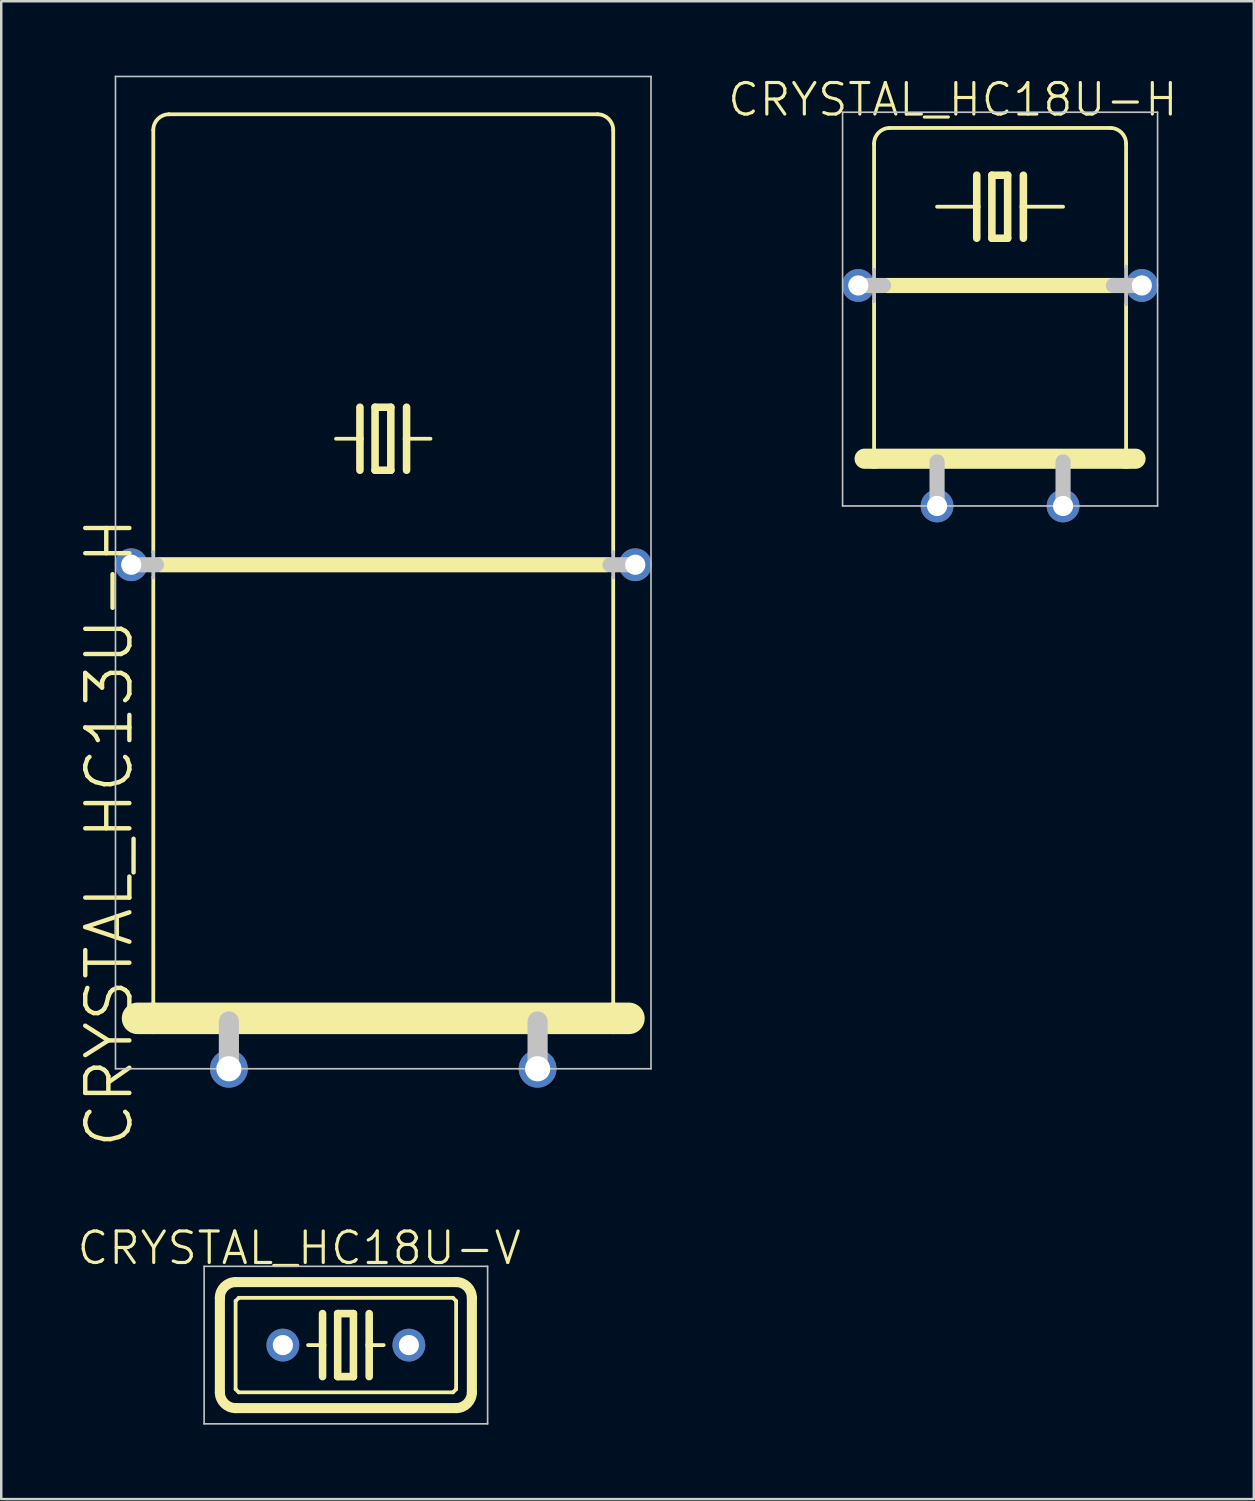
<source format=kicad_pcb>
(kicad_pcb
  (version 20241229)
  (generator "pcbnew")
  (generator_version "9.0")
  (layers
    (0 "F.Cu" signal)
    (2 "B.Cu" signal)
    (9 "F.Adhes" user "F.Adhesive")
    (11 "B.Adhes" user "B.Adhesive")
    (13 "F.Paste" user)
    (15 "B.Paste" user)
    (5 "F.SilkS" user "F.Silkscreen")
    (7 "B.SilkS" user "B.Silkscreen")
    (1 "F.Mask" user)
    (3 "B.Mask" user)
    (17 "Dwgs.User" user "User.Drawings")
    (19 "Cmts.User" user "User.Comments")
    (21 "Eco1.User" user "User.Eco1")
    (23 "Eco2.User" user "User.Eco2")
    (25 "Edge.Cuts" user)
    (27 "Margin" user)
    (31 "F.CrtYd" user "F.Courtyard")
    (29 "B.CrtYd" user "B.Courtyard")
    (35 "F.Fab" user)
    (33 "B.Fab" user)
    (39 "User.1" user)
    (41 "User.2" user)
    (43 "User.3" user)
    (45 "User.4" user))
  (footprint "CRYSTAL_HC18U-V"
    (layer "F.Cu")
    (at 10.894 51.179)
    (property "Reference" "CRYSTAL_HC18U-V" (at -1.88 -3.912 0) (layer "F.SilkS") (effects (font (size 1.27 1.27) (thickness 0.127))))
    (attr exclude_from_pos_files exclude_from_bom)
    (fp_line (start -5.08 -1.905) (end -5.08 1.905) (stroke (width 0.406) (type solid)) (layer "F.SilkS"))
    (fp_line (start -4.445 -2.54) (end 4.445 -2.54) (stroke (width 0.406) (type solid)) (layer "F.SilkS"))
    (fp_line (start -4.445 -1.778) (end -4.445 1.778) (stroke (width 0.152) (type solid)) (layer "F.SilkS"))
    (fp_line (start -4.445 -1.778) (end -4.318 -1.905) (stroke (width 0.152) (type solid)) (layer "F.SilkS"))
    (fp_line (start -4.445 2.54) (end 4.445 2.54) (stroke (width 0.406) (type solid)) (layer "F.SilkS"))
    (fp_line (start -4.318 1.905) (end -4.445 1.778) (stroke (width 0.152) (type solid)) (layer "F.SilkS"))
    (fp_line (start -4.318 1.905) (end 4.318 1.905) (stroke (width 0.152) (type solid)) (layer "F.SilkS"))
    (fp_line (start -0.94 -1.27) (end -0.94 0) (stroke (width 0.305) (type solid)) (layer "F.SilkS"))
    (fp_line (start -0.94 0) (end -1.524 0) (stroke (width 0.152) (type solid)) (layer "F.SilkS"))
    (fp_line (start -0.94 0) (end -0.94 1.27) (stroke (width 0.305) (type solid)) (layer "F.SilkS"))
    (fp_line (start -0.33 -1.27) (end -0.33 1.27) (stroke (width 0.305) (type solid)) (layer "F.SilkS"))
    (fp_line (start -0.33 1.27) (end 0.305 1.27) (stroke (width 0.305) (type solid)) (layer "F.SilkS"))
    (fp_line (start 0.305 -1.27) (end -0.33 -1.27) (stroke (width 0.305) (type solid)) (layer "F.SilkS"))
    (fp_line (start 0.305 1.27) (end 0.305 -1.27) (stroke (width 0.305) (type solid)) (layer "F.SilkS"))
    (fp_line (start 0.94 -1.27) (end 0.94 0) (stroke (width 0.305) (type solid)) (layer "F.SilkS"))
    (fp_line (start 0.94 0) (end 0.94 1.27) (stroke (width 0.305) (type solid)) (layer "F.SilkS"))
    (fp_line (start 0.94 0) (end 1.524 0) (stroke (width 0.152) (type solid)) (layer "F.SilkS"))
    (fp_line (start 4.318 -1.905) (end -4.318 -1.905) (stroke (width 0.152) (type solid)) (layer "F.SilkS"))
    (fp_line (start 4.318 -1.905) (end 4.445 -1.778) (stroke (width 0.152) (type solid)) (layer "F.SilkS"))
    (fp_line (start 4.318 1.905) (end 4.445 1.778) (stroke (width 0.152) (type solid)) (layer "F.SilkS"))
    (fp_line (start 4.445 1.778) (end 4.445 -1.778) (stroke (width 0.152) (type solid)) (layer "F.SilkS"))
    (fp_line (start 5.08 1.905) (end 5.08 -1.905) (stroke (width 0.406) (type solid)) (layer "F.SilkS"))
    (fp_arc (start -5.08 -1.905) (mid -4.894013 -2.354013) (end -4.445 -2.54) (stroke (width 0.4064) (type solid)) (layer "F.SilkS"))
    (fp_arc (start -4.445 2.54) (mid -4.894013 2.354013) (end -5.08 1.905) (stroke (width 0.4064) (type solid)) (layer "F.SilkS"))
    (fp_arc (start 4.445 -2.54) (mid 4.894013 -2.354013) (end 5.08 -1.905) (stroke (width 0.4064) (type solid)) (layer "F.SilkS"))
    (fp_arc (start 5.08 1.905) (mid 4.894013 2.354013) (end 4.445 2.54) (stroke (width 0.4064) (type solid)) (layer "F.SilkS"))
    (fp_line (start -5.715 -3.175) (end 5.715 -3.175) (stroke (width 0.066) (type solid)) (layer "Dwgs.User"))
    (fp_line (start -5.715 3.175) (end -5.715 -3.175) (stroke (width 0.066) (type solid)) (layer "Dwgs.User"))
    (fp_line (start -5.715 3.175) (end 5.715 3.175) (stroke (width 0.066) (type solid)) (layer "Dwgs.User"))
    (fp_line (start 5.715 3.175) (end 5.715 -3.175) (stroke (width 0.066) (type solid)) (layer "Dwgs.User"))
    (pad "1" thru_hole circle (at -2.54 0) (size 1.321 1.321) (drill 0.813) (layers "*.Cu" "*.Paste" "*.Mask"))
    (pad "2" thru_hole circle (at 2.54 0) (size 1.321 1.321) (drill 0.813) (layers "*.Cu" "*.Paste" "*.Mask")))
  (footprint "CRYSTAL_HC18U-H"
    (layer "F.Cu")
    (at 37.269 12.269)
    (property "Reference" "CRYSTAL_HC18U-H" (at -1.905 -11.303 0) (layer "F.SilkS") (effects (font (size 1.27 1.27) (thickness 0.127))))
    (attr exclude_from_pos_files exclude_from_bom)
    (fp_line (start -5.08 -4.445) (end -5.08 -9.525) (stroke (width 0.152) (type solid)) (layer "F.SilkS"))
    (fp_line (start -5.08 -3.175) (end -5.08 3.175) (stroke (width 0.152) (type solid)) (layer "F.SilkS"))
    (fp_line (start -5.08 3.175) (end -5.461 3.175) (stroke (width 0.813) (type solid)) (layer "F.SilkS"))
    (fp_line (start -4.572 -3.81) (end 4.572 -3.81) (stroke (width 0.61) (type solid)) (layer "F.SilkS"))
    (fp_line (start -0.94 -8.255) (end -0.94 -6.985) (stroke (width 0.305) (type solid)) (layer "F.SilkS"))
    (fp_line (start -0.94 -6.985) (end -2.54 -6.985) (stroke (width 0.152) (type solid)) (layer "F.SilkS"))
    (fp_line (start -0.94 -6.985) (end -0.94 -5.715) (stroke (width 0.305) (type solid)) (layer "F.SilkS"))
    (fp_line (start -0.33 -8.255) (end -0.33 -5.715) (stroke (width 0.305) (type solid)) (layer "F.SilkS"))
    (fp_line (start -0.33 -5.715) (end 0.305 -5.715) (stroke (width 0.305) (type solid)) (layer "F.SilkS"))
    (fp_line (start 0.305 -8.255) (end -0.33 -8.255) (stroke (width 0.305) (type solid)) (layer "F.SilkS"))
    (fp_line (start 0.305 -5.715) (end 0.305 -8.255) (stroke (width 0.305) (type solid)) (layer "F.SilkS"))
    (fp_line (start 0.94 -8.255) (end 0.94 -6.985) (stroke (width 0.305) (type solid)) (layer "F.SilkS"))
    (fp_line (start 0.94 -6.985) (end 0.94 -5.715) (stroke (width 0.305) (type solid)) (layer "F.SilkS"))
    (fp_line (start 0.94 -6.985) (end 2.54 -6.985) (stroke (width 0.152) (type solid)) (layer "F.SilkS"))
    (fp_line (start 4.445 -10.16) (end -4.445 -10.16) (stroke (width 0.152) (type solid)) (layer "F.SilkS"))
    (fp_line (start 5.08 -4.572) (end 5.08 -9.525) (stroke (width 0.152) (type solid)) (layer "F.SilkS"))
    (fp_line (start 5.08 -3.048) (end 5.08 3.175) (stroke (width 0.152) (type solid)) (layer "F.SilkS"))
    (fp_line (start 5.08 3.175) (end -5.08 3.175) (stroke (width 0.813) (type solid)) (layer "F.SilkS"))
    (fp_line (start 5.461 3.175) (end 5.08 3.175) (stroke (width 0.813) (type solid)) (layer "F.SilkS"))
    (fp_arc (start -5.08 -9.525) (mid -4.894013 -9.974013) (end -4.445 -10.16) (stroke (width 0.1524) (type solid)) (layer "F.SilkS"))
    (fp_arc (start 4.445 -10.16) (mid 4.894013 -9.974013) (end 5.08 -9.525) (stroke (width 0.1524) (type solid)) (layer "F.SilkS"))
    (fp_line (start -6.35 -10.795) (end 6.35 -10.795) (stroke (width 0.066) (type solid)) (layer "Dwgs.User"))
    (fp_line (start -6.35 5.08) (end -6.35 -10.795) (stroke (width 0.066) (type solid)) (layer "Dwgs.User"))
    (fp_line (start -6.35 5.08) (end 6.35 5.08) (stroke (width 0.066) (type solid)) (layer "Dwgs.User"))
    (fp_line (start -5.08 -4.445) (end -5.08 -3.175) (stroke (width 0.152) (type solid)) (layer "Dwgs.User"))
    (fp_line (start -4.699 -3.81) (end -5.715 -3.81) (stroke (width 0.61) (type solid)) (layer "Dwgs.User"))
    (fp_line (start -2.54 3.302) (end -2.54 5.08) (stroke (width 0.61) (type solid)) (layer "Dwgs.User"))
    (fp_line (start 2.54 3.302) (end 2.54 5.08) (stroke (width 0.61) (type solid)) (layer "Dwgs.User"))
    (fp_line (start 4.572 -3.81) (end 5.08 -3.81) (stroke (width 0.61) (type solid)) (layer "Dwgs.User"))
    (fp_line (start 5.08 -3.81) (end 5.08 -4.572) (stroke (width 0.152) (type solid)) (layer "Dwgs.User"))
    (fp_line (start 5.08 -3.81) (end 5.08 -3.048) (stroke (width 0.152) (type solid)) (layer "Dwgs.User"))
    (fp_line (start 5.08 -3.81) (end 5.715 -3.81) (stroke (width 0.61) (type solid)) (layer "Dwgs.User"))
    (fp_line (start 6.35 5.08) (end 6.35 -10.795) (stroke (width 0.066) (type solid)) (layer "Dwgs.User"))
    (pad "1" thru_hole circle (at -2.54 5.08) (size 1.321 1.321) (drill 0.813) (layers "*.Cu" "*.Paste" "*.Mask"))
    (pad "2" thru_hole circle (at 2.54 5.08) (size 1.321 1.321) (drill 0.813) (layers "*.Cu" "*.Paste" "*.Mask"))
    (pad "M" thru_hole circle (at -5.715 -3.81) (size 1.321 1.321) (drill 0.813) (layers "*.Cu" "*.Paste" "*.Mask"))
    (pad "M1" thru_hole circle (at 5.715 -3.81) (size 1.321 1.321) (drill 0.813) (layers "*.Cu" "*.Paste" "*.Mask")))
  (footprint "CRYSTAL_HC13U-H"
    (layer "F.Cu")
    (at 12.401 34.958)
    (property "Reference" "CRYSTAL_HC13U-H" (at -11.049 -4.445 90) (layer "F.SilkS") (effects (font (size 1.778 1.778) (thickness 0.178))))
    (attr exclude_from_pos_files exclude_from_bom)
    (fp_line (start -9.906 3.048) (end -9.271 3.048) (stroke (width 1.27) (type solid)) (layer "F.SilkS"))
    (fp_line (start -9.271 -15.748) (end -9.271 -32.766) (stroke (width 0.152) (type solid)) (layer "F.SilkS"))
    (fp_line (start -9.271 -14.732) (end -9.271 3.048) (stroke (width 0.152) (type solid)) (layer "F.SilkS"))
    (fp_line (start -9.271 3.048) (end 9.271 3.048) (stroke (width 1.27) (type solid)) (layer "F.SilkS"))
    (fp_line (start -9.017 -15.24) (end 9.017 -15.24) (stroke (width 0.61) (type solid)) (layer "F.SilkS"))
    (fp_line (start -0.94 -21.59) (end -0.94 -20.32) (stroke (width 0.305) (type solid)) (layer "F.SilkS"))
    (fp_line (start -0.94 -20.32) (end -1.905 -20.32) (stroke (width 0.152) (type solid)) (layer "F.SilkS"))
    (fp_line (start -0.94 -20.32) (end -0.94 -19.05) (stroke (width 0.305) (type solid)) (layer "F.SilkS"))
    (fp_line (start -0.33 -21.59) (end -0.33 -19.05) (stroke (width 0.305) (type solid)) (layer "F.SilkS"))
    (fp_line (start -0.33 -19.05) (end 0.305 -19.05) (stroke (width 0.305) (type solid)) (layer "F.SilkS"))
    (fp_line (start 0.305 -21.59) (end -0.33 -21.59) (stroke (width 0.305) (type solid)) (layer "F.SilkS"))
    (fp_line (start 0.305 -19.05) (end 0.305 -21.59) (stroke (width 0.305) (type solid)) (layer "F.SilkS"))
    (fp_line (start 0.94 -21.59) (end 0.94 -20.32) (stroke (width 0.305) (type solid)) (layer "F.SilkS"))
    (fp_line (start 0.94 -20.32) (end 0.94 -19.05) (stroke (width 0.305) (type solid)) (layer "F.SilkS"))
    (fp_line (start 0.94 -20.32) (end 1.905 -20.32) (stroke (width 0.152) (type solid)) (layer "F.SilkS"))
    (fp_line (start 8.636 -33.401) (end -8.636 -33.401) (stroke (width 0.152) (type solid)) (layer "F.SilkS"))
    (fp_line (start 9.271 -15.748) (end 9.271 -32.766) (stroke (width 0.152) (type solid)) (layer "F.SilkS"))
    (fp_line (start 9.271 -14.732) (end 9.271 3.048) (stroke (width 0.152) (type solid)) (layer "F.SilkS"))
    (fp_line (start 9.271 3.048) (end 9.906 3.048) (stroke (width 1.27) (type solid)) (layer "F.SilkS"))
    (fp_arc (start -9.271 -32.766) (mid -9.085013 -33.215013) (end -8.636 -33.401) (stroke (width 0.1524) (type solid)) (layer "F.SilkS"))
    (fp_arc (start 8.636 -33.401) (mid 9.085013 -33.215013) (end 9.271 -32.766) (stroke (width 0.1524) (type solid)) (layer "F.SilkS"))
    (fp_line (start -10.795 -34.925) (end 10.795 -34.925) (stroke (width 0.066) (type solid)) (layer "Dwgs.User"))
    (fp_line (start -10.795 5.08) (end -10.795 -34.925) (stroke (width 0.066) (type solid)) (layer "Dwgs.User"))
    (fp_line (start -10.795 5.08) (end 10.795 5.08) (stroke (width 0.066) (type solid)) (layer "Dwgs.User"))
    (fp_line (start -10.16 -15.24) (end -9.144 -15.24) (stroke (width 0.61) (type solid)) (layer "Dwgs.User"))
    (fp_line (start -9.271 -15.748) (end -9.271 -14.732) (stroke (width 0.152) (type solid)) (layer "Dwgs.User"))
    (fp_line (start -6.223 3.175) (end -6.223 5.08) (stroke (width 0.813) (type solid)) (layer "Dwgs.User"))
    (fp_line (start 6.223 3.175) (end 6.223 5.08) (stroke (width 0.813) (type solid)) (layer "Dwgs.User"))
    (fp_line (start 9.144 -15.24) (end 10.16 -15.24) (stroke (width 0.61) (type solid)) (layer "Dwgs.User"))
    (fp_line (start 9.271 -15.748) (end 9.271 -14.732) (stroke (width 0.152) (type solid)) (layer "Dwgs.User"))
    (fp_line (start 10.795 5.08) (end 10.795 -34.925) (stroke (width 0.066) (type solid)) (layer "Dwgs.User"))
    (pad "1" thru_hole circle (at -6.223 5.08) (size 1.524 1.524) (drill 1.016) (layers "*.Cu" "*.Paste" "*.Mask"))
    (pad "2" thru_hole circle (at 6.223 5.08) (size 1.524 1.524) (drill 1.016) (layers "*.Cu" "*.Paste" "*.Mask"))
    (pad "M" thru_hole circle (at -10.16 -15.24) (size 1.321 1.321) (drill 0.813) (layers "*.Cu" "*.Paste" "*.Mask"))
    (pad "M1" thru_hole circle (at 10.16 -15.24) (size 1.321 1.321) (drill 0.813) (layers "*.Cu" "*.Paste" "*.Mask")))
  (gr_rect
    (start -3 -3)
    (end 47.499 57.387)
    (stroke (width 0.1) (type default))
    (fill no)
    (layer "Edge.Cuts")))
</source>
